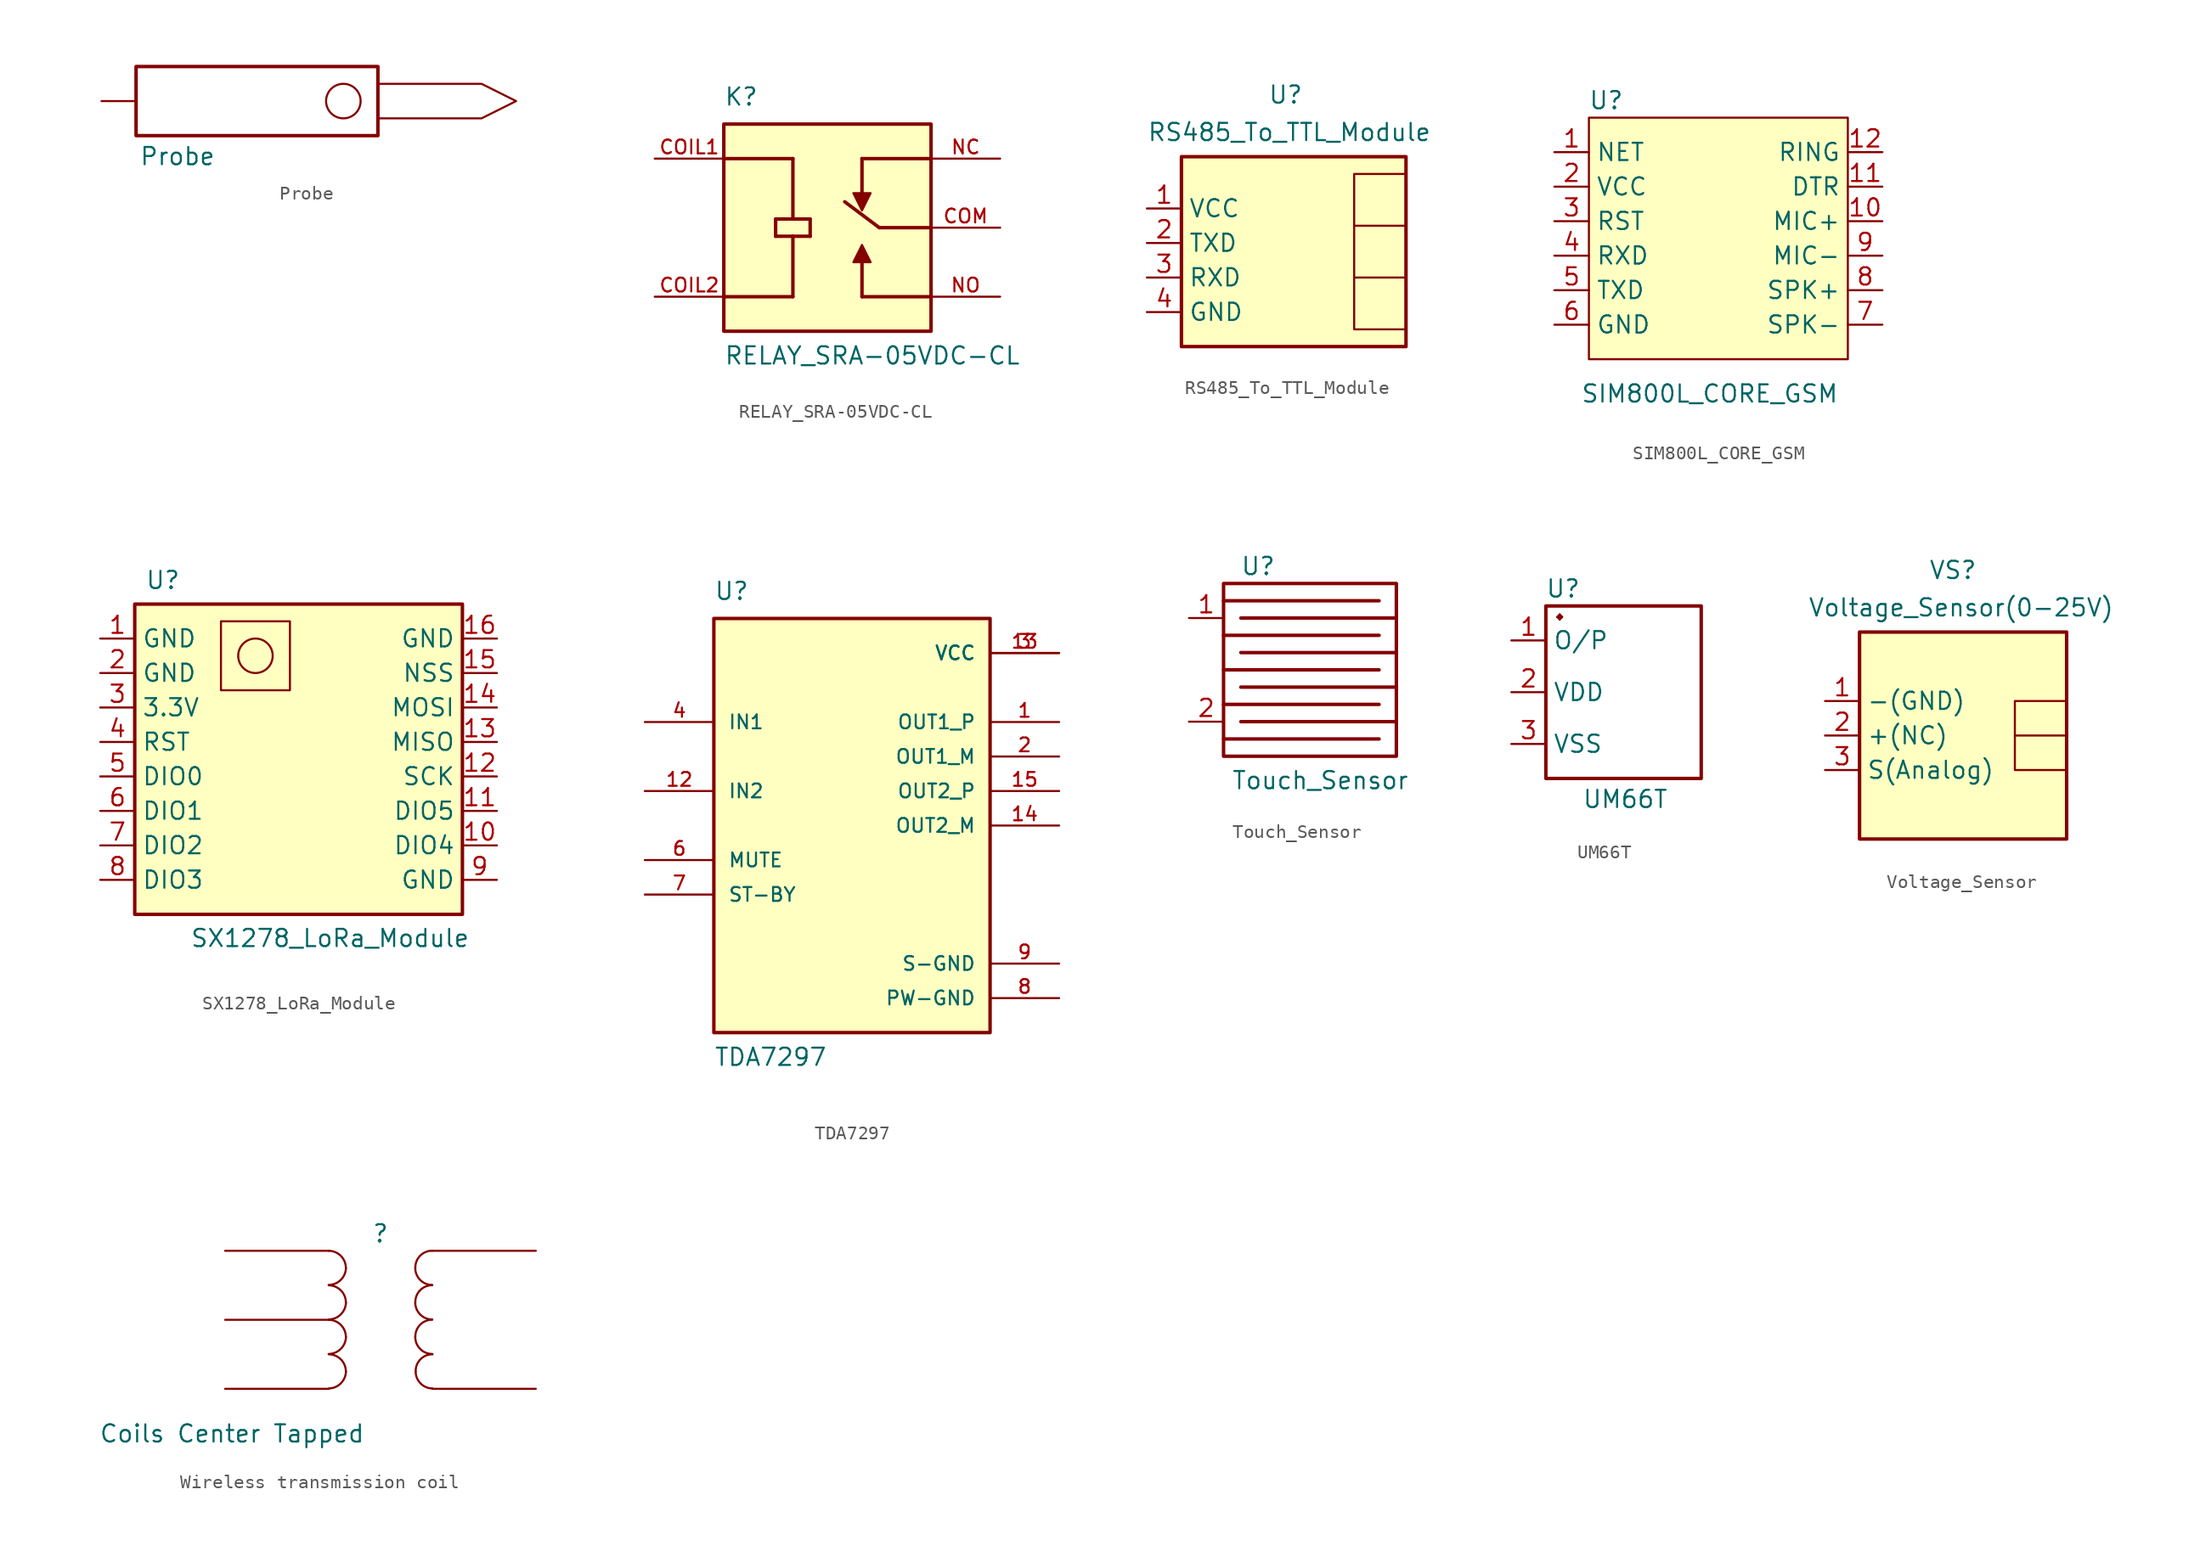
<source format=kicad_sym>
(kicad_symbol_lib
  (version 20231120)
  (generator "kicad_symbol_editor")
  (generator_version "8.0")
  (symbol "Probe"
    (property "Reference" "U"
      (at -7.874 4.064 0)
      (effects (font (size 1.27 1.27)) (hide yes)))
    (property "Value" "Probe"
      (at -5.842 -4.064 0)
      (effects (font (size 1.27 1.27))))
    (symbol "Probe_1_1"
      (rectangle (start -8.89 2.54) (end 8.89 -2.54) (stroke (width 0.254) (type default)) (fill (type none)))
      (polyline (pts (xy 8.89 1.27) (xy 16.51 1.27) (xy 19.05 0) (xy 16.51 -1.27) (xy 8.89 -1.27) (xy 8.89 1.27)) (stroke (width 0) (type default)) (fill (type none)))
      (circle (center 6.35 0) (radius 1.27) (stroke (width 0) (type default)) (fill (type none)))
      (pin passive line (at -11.43 0 0) (length 2.54) (name "" (effects (font (size 1.27 1.27)))) (number "" (effects (font (size 1.27 1.27)))))))
  (symbol "RELAY_SRA-05VDC-CL"
    (pin_names
      (offset 1.016))
    (property "Reference" "K"
      (at -7.62 8.89 0)
      (effects (font (size 1.27 1.27)) (justify left bottom)))
    (property "Value" "RELAY_SRA-05VDC-CL"
      (at -7.62 -10.16 0)
      (effects (font (size 1.27 1.27)) (justify left bottom)))
    (symbol "RELAY_SRA-05VDC-CL_0_0"
      (rectangle (start -7.62 -7.62) (end 7.62 7.62) (stroke (width 0.254) (type default)) (fill (type background)))
      (polyline (pts (xy -7.62 -5.08) (xy -2.54 -5.08)) (stroke (width 0.254) (type default)) (fill (type none)))
      (polyline (pts (xy -7.62 5.08) (xy -2.54 5.08)) (stroke (width 0.254) (type default)) (fill (type none)))
      (polyline (pts (xy -3.81 -0.635) (xy -3.81 0.635)) (stroke (width 0.254) (type default)) (fill (type none)))
      (polyline (pts (xy -3.81 0.635) (xy -2.54 0.635)) (stroke (width 0.254) (type default)) (fill (type none)))
      (polyline (pts (xy -2.54 -0.635) (xy -3.81 -0.635)) (stroke (width 0.254) (type default)) (fill (type none)))
      (polyline (pts (xy -2.54 -0.635) (xy -2.54 -5.08)) (stroke (width 0.254) (type default)) (fill (type none)))
      (polyline (pts (xy -2.54 0.635) (xy -1.27 0.635)) (stroke (width 0.254) (type default)) (fill (type none)))
      (polyline (pts (xy -2.54 5.08) (xy -2.54 0.635)) (stroke (width 0.254) (type default)) (fill (type none)))
      (polyline (pts (xy -1.27 -0.635) (xy -2.54 -0.635)) (stroke (width 0.254) (type default)) (fill (type none)))
      (polyline (pts (xy -1.27 0.635) (xy -1.27 -0.635)) (stroke (width 0.254) (type default)) (fill (type none)))
      (polyline (pts (xy 2.54 -5.08) (xy 2.54 -2.54)) (stroke (width 0.254) (type default)) (fill (type none)))
      (polyline (pts (xy 2.54 5.08) (xy 2.54 2.54)) (stroke (width 0.254) (type default)) (fill (type none)))
      (polyline (pts (xy 2.54 5.08) (xy 7.62 5.08)) (stroke (width 0.254) (type default)) (fill (type none)))
      (polyline (pts (xy 3.81 0) (xy 1.27 1.905)) (stroke (width 0.254) (type default)) (fill (type none)))
      (polyline (pts (xy 7.62 -5.08) (xy 2.54 -5.08)) (stroke (width 0.254) (type default)) (fill (type none)))
      (polyline (pts (xy 7.62 0) (xy 3.81 0)) (stroke (width 0.254) (type default)) (fill (type none)))
      (polyline (pts (xy 1.905 -2.54) (xy 3.175 -2.54) (xy 2.54 -1.27) (xy 1.905 -2.54)) (stroke (width 0.152) (type default)) (fill (type outline)))
      (polyline (pts (xy 3.175 2.54) (xy 1.905 2.54) (xy 2.54 1.27) (xy 3.175 2.54)) (stroke (width 0.152) (type default)) (fill (type outline)))
      (pin passive line (at -12.7 5.08 0) (length 5.08) (name "~" (effects (font (size 1.016 1.016)))) (number "COIL1" (effects (font (size 1.016 1.016)))))
      (pin passive line (at -12.7 -5.08 0) (length 5.08) (name "~" (effects (font (size 1.016 1.016)))) (number "COIL2" (effects (font (size 1.016 1.016)))))
      (pin passive line (at 12.7 0 180) (length 5.08) (name "~" (effects (font (size 1.016 1.016)))) (number "COM" (effects (font (size 1.016 1.016)))))
      (pin passive line (at 12.7 5.08 180) (length 5.08) (name "~" (effects (font (size 1.016 1.016)))) (number "NC" (effects (font (size 1.016 1.016)))))
      (pin passive line (at 12.7 -5.08 180) (length 5.08) (name "~" (effects (font (size 1.016 1.016)))) (number "NO" (effects (font (size 1.016 1.016)))))))
  (symbol "RS485_To_TTL_Module"
    (property "Reference" "U"
      (at -2.54 11.43 0)
      (effects (font (size 1.27 1.27)) (justify left bottom)))
    (property "Value" "RS485_To_TTL_Module"
      (at -11.43 10.16 0)
      (effects (font (size 1.27 1.27)) (justify left top)))
    (symbol "RS485_To_TTL_Module_0_1"
      (rectangle (start 3.81 -1.27) (end 7.62 -1.27) (stroke (width 0) (type default)) (fill (type none)))
      (rectangle (start 3.81 2.54) (end 7.62 2.54) (stroke (width 0) (type default)) (fill (type none)))
      (rectangle (start 3.81 6.35) (end 7.62 -5.08) (stroke (width 0) (type default)) (fill (type none))))
    (symbol "RS485_To_TTL_Module_1_1"
      (rectangle (start -8.89 7.62) (end 7.62 -6.35) (stroke (width 0.254) (type default)) (fill (type background)))
      (pin power_in line (at -11.43 3.81 0) (length 2.54) (name "VCC" (effects (font (size 1.27 1.27)))) (number "1" (effects (font (size 1.27 1.27)))))
      (pin bidirectional line (at -11.43 1.27 0) (length 2.54) (name "TXD" (effects (font (size 1.27 1.27)))) (number "2" (effects (font (size 1.27 1.27)))))
      (pin bidirectional line (at -11.43 -1.27 0) (length 2.54) (name "RXD" (effects (font (size 1.27 1.27)))) (number "3" (effects (font (size 1.27 1.27)))))
      (pin power_in line (at -11.43 -3.81 0) (length 2.54) (name "GND" (effects (font (size 1.27 1.27)))) (number "4" (effects (font (size 1.27 1.27)))))))
  (symbol "SIM800L_CORE_GSM"
    (property "Reference" "U"
      (at -7.62 8.89 0)
      (effects (font (size 1.27 1.27))))
    (property "Value" "SIM800L_CORE_GSM"
      (at 0 -12.7 0)
      (effects (font (size 1.27 1.27))))
    (symbol "SIM800L_CORE_GSM_0_1"
      (rectangle (start -8.89 7.62) (end 10.16 -10.16) (stroke (width 0.152) (type default)) (fill (type background))))
    (symbol "SIM800L_CORE_GSM_1_1"
      (pin bidirectional line (at -11.43 5.08 0) (length 2.54) (name "NET" (effects (font (size 1.27 1.27)))) (number "1" (effects (font (size 1.27 1.27)))))
      (pin output line (at 12.7 0 180) (length 2.54) (name "MIC+" (effects (font (size 1.27 1.27)))) (number "10" (effects (font (size 1.27 1.27)))))
      (pin passive line (at 12.7 2.54 180) (length 2.54) (name "DTR" (effects (font (size 1.27 1.27)))) (number "11" (effects (font (size 1.27 1.27)))))
      (pin output line (at 12.7 5.08 180) (length 2.54) (name "RING" (effects (font (size 1.27 1.27)))) (number "12" (effects (font (size 1.27 1.27)))))
      (pin power_in line (at -11.43 2.54 0) (length 2.54) (name "VCC" (effects (font (size 1.27 1.27)))) (number "2" (effects (font (size 1.27 1.27)))))
      (pin input line (at -11.43 0 0) (length 2.54) (name "RST" (effects (font (size 1.27 1.27)))) (number "3" (effects (font (size 1.27 1.27)))))
      (pin input line (at -11.43 -2.54 0) (length 2.54) (name "RXD" (effects (font (size 1.27 1.27)))) (number "4" (effects (font (size 1.27 1.27)))))
      (pin output line (at -11.43 -5.08 0) (length 2.54) (name "TXD" (effects (font (size 1.27 1.27)))) (number "5" (effects (font (size 1.27 1.27)))))
      (pin power_in line (at -11.43 -7.62 0) (length 2.54) (name "GND" (effects (font (size 1.27 1.27)))) (number "6" (effects (font (size 1.27 1.27)))))
      (pin output line (at 12.7 -7.62 180) (length 2.54) (name "SPK-" (effects (font (size 1.27 1.27)))) (number "7" (effects (font (size 1.27 1.27)))))
      (pin output line (at 12.7 -5.08 180) (length 2.54) (name "SPK+" (effects (font (size 1.27 1.27)))) (number "8" (effects (font (size 1.27 1.27)))))
      (pin output line (at 12.7 -2.54 180) (length 2.54) (name "MIC-" (effects (font (size 1.27 1.27)))) (number "9" (effects (font (size 1.27 1.27)))))))
  (symbol "SX1278_LoRa_Module"
    (property "Reference" "U"
      (at -10.668 12.446 0)
      (effects (font (size 1.27 1.27)) (justify left bottom)))
    (property "Value" "SX1278_LoRa_Module"
      (at -7.366 -12.446 0)
      (effects (font (size 1.27 1.27)) (justify left top)))
    (symbol "SX1278_LoRa_Module_0_1"
      (rectangle (start -5.08 10.16) (end 0 5.08) (stroke (width 0) (type default)) (fill (type none))))
    (symbol "SX1278_LoRa_Module_1_1"
      (rectangle (start -11.43 11.43) (end 12.7 -11.43) (stroke (width 0.254) (type default)) (fill (type background)))
      (circle (center -2.54 7.62) (radius 1.27) (stroke (width 0) (type default)) (fill (type none)))
      (pin power_in line (at -13.97 8.89 0) (length 2.54) (name "GND" (effects (font (size 1.27 1.27)))) (number "1" (effects (font (size 1.27 1.27)))))
      (pin passive line (at 15.24 -6.35 180) (length 2.54) (name "DIO4" (effects (font (size 1.27 1.27)))) (number "10" (effects (font (size 1.27 1.27)))))
      (pin passive line (at 15.24 -3.81 180) (length 2.54) (name "DIO5" (effects (font (size 1.27 1.27)))) (number "11" (effects (font (size 1.27 1.27)))))
      (pin passive line (at 15.24 -1.27 180) (length 2.54) (name "SCK" (effects (font (size 1.27 1.27)))) (number "12" (effects (font (size 1.27 1.27)))))
      (pin passive line (at 15.24 1.27 180) (length 2.54) (name "MISO" (effects (font (size 1.27 1.27)))) (number "13" (effects (font (size 1.27 1.27)))))
      (pin passive line (at 15.24 3.81 180) (length 2.54) (name "MOSI" (effects (font (size 1.27 1.27)))) (number "14" (effects (font (size 1.27 1.27)))))
      (pin passive line (at 15.24 6.35 180) (length 2.54) (name "NSS" (effects (font (size 1.27 1.27)))) (number "15" (effects (font (size 1.27 1.27)))))
      (pin power_in line (at 15.24 8.89 180) (length 2.54) (name "GND" (effects (font (size 1.27 1.27)))) (number "16" (effects (font (size 1.27 1.27)))))
      (pin power_in line (at -13.97 6.35 0) (length 2.54) (name "GND" (effects (font (size 1.27 1.27)))) (number "2" (effects (font (size 1.27 1.27)))))
      (pin power_in line (at -13.97 3.81 0) (length 2.54) (name "3.3V" (effects (font (size 1.27 1.27)))) (number "3" (effects (font (size 1.27 1.27)))))
      (pin passive line (at -13.97 1.27 0) (length 2.54) (name "RST" (effects (font (size 1.27 1.27)))) (number "4" (effects (font (size 1.27 1.27)))))
      (pin passive line (at -13.97 -1.27 0) (length 2.54) (name "DIO0" (effects (font (size 1.27 1.27)))) (number "5" (effects (font (size 1.27 1.27)))))
      (pin passive line (at -13.97 -3.81 0) (length 2.54) (name "DIO1" (effects (font (size 1.27 1.27)))) (number "6" (effects (font (size 1.27 1.27)))))
      (pin passive line (at -13.97 -6.35 0) (length 2.54) (name "DIO2" (effects (font (size 1.27 1.27)))) (number "7" (effects (font (size 1.27 1.27)))))
      (pin passive line (at -13.97 -8.89 0) (length 2.54) (name "DIO3" (effects (font (size 1.27 1.27)))) (number "8" (effects (font (size 1.27 1.27)))))
      (pin power_in line (at 15.24 -8.89 180) (length 2.54) (name "GND" (effects (font (size 1.27 1.27)))) (number "9" (effects (font (size 1.27 1.27)))))))
  (symbol "TDA7297"
    (pin_names
      (offset 1.016))
    (property "Reference" "U"
      (at -10.16 16.51 0)
      (effects (font (size 1.27 1.27)) (justify left bottom)))
    (property "Value" "TDA7297"
      (at -10.161 -17.781 0)
      (effects (font (size 1.27 1.27)) (justify left bottom)))
    (symbol "TDA7297_0_0"
      (rectangle (start -10.16 -15.24) (end 10.16 15.24) (stroke (width 0.254) (type default)) (fill (type background)))
      (pin output line (at 15.24 7.62 180) (length 5.08) (name "OUT1_P" (effects (font (size 1.016 1.016)))) (number "1" (effects (font (size 1.016 1.016)))))
      (pin input line (at -15.24 2.54 0) (length 5.08) (name "IN2" (effects (font (size 1.016 1.016)))) (number "12" (effects (font (size 1.016 1.016)))))
      (pin power_in line (at 15.24 12.7 180) (length 5.08) (name "VCC" (effects (font (size 1.016 1.016)))) (number "13" (effects (font (size 1.016 1.016)))))
      (pin output line (at 15.24 0 180) (length 5.08) (name "OUT2_M" (effects (font (size 1.016 1.016)))) (number "14" (effects (font (size 1.016 1.016)))))
      (pin output line (at 15.24 2.54 180) (length 5.08) (name "OUT2_P" (effects (font (size 1.016 1.016)))) (number "15" (effects (font (size 1.016 1.016)))))
      (pin output line (at 15.24 5.08 180) (length 5.08) (name "OUT1_M" (effects (font (size 1.016 1.016)))) (number "2" (effects (font (size 1.016 1.016)))))
      (pin power_in line (at 15.24 12.7 180) (length 5.08) (name "VCC" (effects (font (size 1.016 1.016)))) (number "3" (effects (font (size 1.016 1.016)))))
      (pin input line (at -15.24 7.62 0) (length 5.08) (name "IN1" (effects (font (size 1.016 1.016)))) (number "4" (effects (font (size 1.016 1.016)))))
      (pin passive line (at -15.24 -2.54 0) (length 5.08) (name "MUTE" (effects (font (size 1.016 1.016)))) (number "6" (effects (font (size 1.016 1.016)))))
      (pin passive line (at -15.24 -5.08 0) (length 5.08) (name "ST-BY" (effects (font (size 1.016 1.016)))) (number "7" (effects (font (size 1.016 1.016)))))
      (pin power_in line (at 15.24 -12.7 180) (length 5.08) (name "PW-GND" (effects (font (size 1.016 1.016)))) (number "8" (effects (font (size 1.016 1.016)))))
      (pin power_in line (at 15.24 -10.16 180) (length 5.08) (name "S-GND" (effects (font (size 1.016 1.016)))) (number "9" (effects (font (size 1.016 1.016)))))))
  (symbol "Touch_Sensor"
    (property "Reference" "U"
      (at -3.81 7.62 0)
      (effects (font (size 1.27 1.27))))
    (property "Value" "Touch_Sensor"
      (at 0.762 -8.128 0)
      (effects (font (size 1.27 1.27))))
    (symbol "Touch_Sensor_1_1"
      (rectangle (start -6.35 6.35) (end 6.35 -6.35) (stroke (width 0.254) (type default)) (fill (type none)))
      (polyline (pts (xy -6.35 -5.08) (xy 5.08 -5.08)) (stroke (width 0.254) (type default)) (fill (type none)))
      (polyline (pts (xy -6.35 -2.54) (xy 5.08 -2.54)) (stroke (width 0.254) (type default)) (fill (type none)))
      (polyline (pts (xy -6.35 0) (xy 5.08 0)) (stroke (width 0.254) (type default)) (fill (type none)))
      (polyline (pts (xy -6.35 2.54) (xy 5.08 2.54)) (stroke (width 0.254) (type default)) (fill (type none)))
      (polyline (pts (xy -6.35 5.08) (xy 5.08 5.08)) (stroke (width 0.254) (type default)) (fill (type none)))
      (polyline (pts (xy 6.35 -3.81) (xy -5.08 -3.81)) (stroke (width 0.254) (type default)) (fill (type none)))
      (polyline (pts (xy 6.35 -1.27) (xy -5.08 -1.27)) (stroke (width 0.254) (type default)) (fill (type none)))
      (polyline (pts (xy 6.35 1.27) (xy -5.08 1.27)) (stroke (width 0.254) (type default)) (fill (type none)))
      (polyline (pts (xy 6.35 3.81) (xy -5.08 3.81)) (stroke (width 0.254) (type default)) (fill (type none)))
      (pin passive line (at -8.89 3.81 0) (length 2.54) (name "" (effects (font (size 1.27 1.27)))) (number "1" (effects (font (size 1.27 1.27)))))
      (pin passive line (at -8.89 -3.81 0) (length 2.54) (name "" (effects (font (size 1.27 1.27)))) (number "2" (effects (font (size 1.27 1.27)))))))
  (symbol "UM66T"
    (property "Reference" "U"
      (at -3.81 7.62 0)
      (effects (font (size 1.27 1.27))))
    (property "Value" "UM66T"
      (at 0.762 -7.874 0)
      (effects (font (size 1.27 1.27))))
    (symbol "UM66T_1_1"
      (rectangle (start -5.08 6.35) (end 6.35 -6.35) (stroke (width 0.254) (type default)) (fill (type none)))
      (text "." (at -4.064 7.112 0) (effects (font (size 3.81 3.81))))
      (pin passive line (at -7.62 3.81 0) (length 2.54) (name "O/P" (effects (font (size 1.27 1.27)))) (number "1" (effects (font (size 1.27 1.27)))))
      (pin passive line (at -7.62 0 0) (length 2.54) (name "VDD" (effects (font (size 1.27 1.27)))) (number "2" (effects (font (size 1.27 1.27)))))
      (pin passive line (at -7.62 -3.81 0) (length 2.54) (name "VSS" (effects (font (size 1.27 1.27)))) (number "3" (effects (font (size 1.27 1.27)))))))
  (symbol "Voltage_Sensor"
    (property "Reference" "VS"
      (at -2.54 11.43 0)
      (effects (font (size 1.27 1.27)) (justify left bottom)))
    (property "Value" "Voltage_Sensor(0-25V)"
      (at -11.43 10.16 0)
      (effects (font (size 1.27 1.27)) (justify left top)))
    (symbol "Voltage_Sensor_0_1"
      (polyline (pts (xy 7.62 0) (xy 3.81 0)) (stroke (width 0) (type default)) (fill (type none)))
      (rectangle (start 7.62 2.54) (end 3.81 -2.54) (stroke (width 0) (type default)) (fill (type none))))
    (symbol "Voltage_Sensor_1_1"
      (rectangle (start -7.62 7.62) (end 7.62 -7.62) (stroke (width 0.254) (type default)) (fill (type background)))
      (pin input line (at -10.16 2.54 0) (length 2.54) (name "-(GND)" (effects (font (size 1.27 1.27)))) (number "1" (effects (font (size 1.27 1.27)))))
      (pin input line (at -10.16 0 0) (length 2.54) (name "+(NC)" (effects (font (size 1.27 1.27)))) (number "2" (effects (font (size 1.27 1.27)))))
      (pin input line (at -10.16 -2.54 0) (length 2.54) (name "S(Analog)" (effects (font (size 1.27 1.27)))) (number "3" (effects (font (size 1.27 1.27)))))))
  (symbol "Wireless transmission coil"
    (pin_names
      (offset 1.016) hide)
    (property "Reference" ""
      (at 0 6.35 0)
      (do_not_autoplace)
      (effects (font (size 1.27 1.27))))
    (property "Value" "Coils Center Tapped"
      (at -10.922 -8.382 0)
      (effects (font (size 1.27 1.27))))
    (symbol "Wireless transmission coil_0_1"
      (arc (start -3.81 -5.0546) (mid -2.9261 -4.6863) (end -2.54 -3.81) (stroke (width 0) (type default)) (fill (type none)))
      (arc (start -3.81 -2.5146) (mid -2.9261 -2.1463) (end -2.54 -1.27) (stroke (width 0) (type default)) (fill (type none)))
      (arc (start -3.81 0.0254) (mid -2.9261 0.3937) (end -2.54 1.27) (stroke (width 0) (type default)) (fill (type none)))
      (arc (start -3.81 2.5654) (mid -2.9261 2.9337) (end -2.54 3.81) (stroke (width 0) (type default)) (fill (type none)))
      (arc (start -2.54 -3.81) (mid -2.912 -2.912) (end -3.81 -2.54) (stroke (width 0) (type default)) (fill (type none)))
      (arc (start -2.54 -1.27) (mid -2.912 -0.372) (end -3.81 0) (stroke (width 0) (type default)) (fill (type none)))
      (arc (start -2.54 1.27) (mid -2.912 2.168) (end -3.81 2.54) (stroke (width 0) (type default)) (fill (type none)))
      (arc (start -2.54 3.81) (mid -2.912 4.708) (end -3.81 5.08) (stroke (width 0) (type default)) (fill (type none)))
      (arc (start 2.5654 -1.27) (mid 2.9299 -2.1501) (end 3.81 -2.5146) (stroke (width 0) (type default)) (fill (type none)))
      (arc (start 2.5654 1.27) (mid 2.9299 0.3899) (end 3.81 0.0254) (stroke (width 0) (type default)) (fill (type none)))
      (arc (start 2.5654 3.81) (mid 2.9299 2.9299) (end 3.81 2.5654) (stroke (width 0) (type default)) (fill (type none)))
      (arc (start 2.5908 -3.81) (mid 2.9553 -4.6903) (end 3.8354 -5.0546) (stroke (width 0) (type default)) (fill (type none)))
      (arc (start 3.81 0) (mid 2.9158 -0.3685) (end 2.5654 -1.27) (stroke (width 0) (type default)) (fill (type none)))
      (arc (start 3.81 2.54) (mid 2.9158 2.1715) (end 2.5654 1.27) (stroke (width 0) (type default)) (fill (type none)))
      (arc (start 3.81 5.08) (mid 2.9158 4.7115) (end 2.5654 3.81) (stroke (width 0) (type default)) (fill (type none)))
      (arc (start 3.8354 -2.54) (mid 2.9409 -2.9083) (end 2.5908 -3.81) (stroke (width 0) (type default)) (fill (type none))))
    (symbol "Wireless transmission coil_1_1"
      (pin passive line (at -11.43 0 0) (length 7.62) (name "PM" (effects (font (size 1.27 1.27)))) (number "" (effects (font (size 1.27 1.27)))))
      (pin passive line (at -11.43 5.08 0) (length 7.62) (name "PR1" (effects (font (size 1.27 1.27)))) (number "" (effects (font (size 1.27 1.27)))))
      (pin passive line (at -11.43 -5.08 0) (length 7.62) (name "PR2" (effects (font (size 1.27 1.27)))) (number "" (effects (font (size 1.27 1.27)))))
      (pin passive line (at 11.43 -5.08 180) (length 7.62) (name "S1" (effects (font (size 1.27 1.27)))) (number "" (effects (font (size 1.27 1.27)))))
      (pin passive line (at 11.43 5.08 180) (length 7.62) (name "S2" (effects (font (size 1.27 1.27)))) (number "" (effects (font (size 1.27 1.27))))))))
</source>
